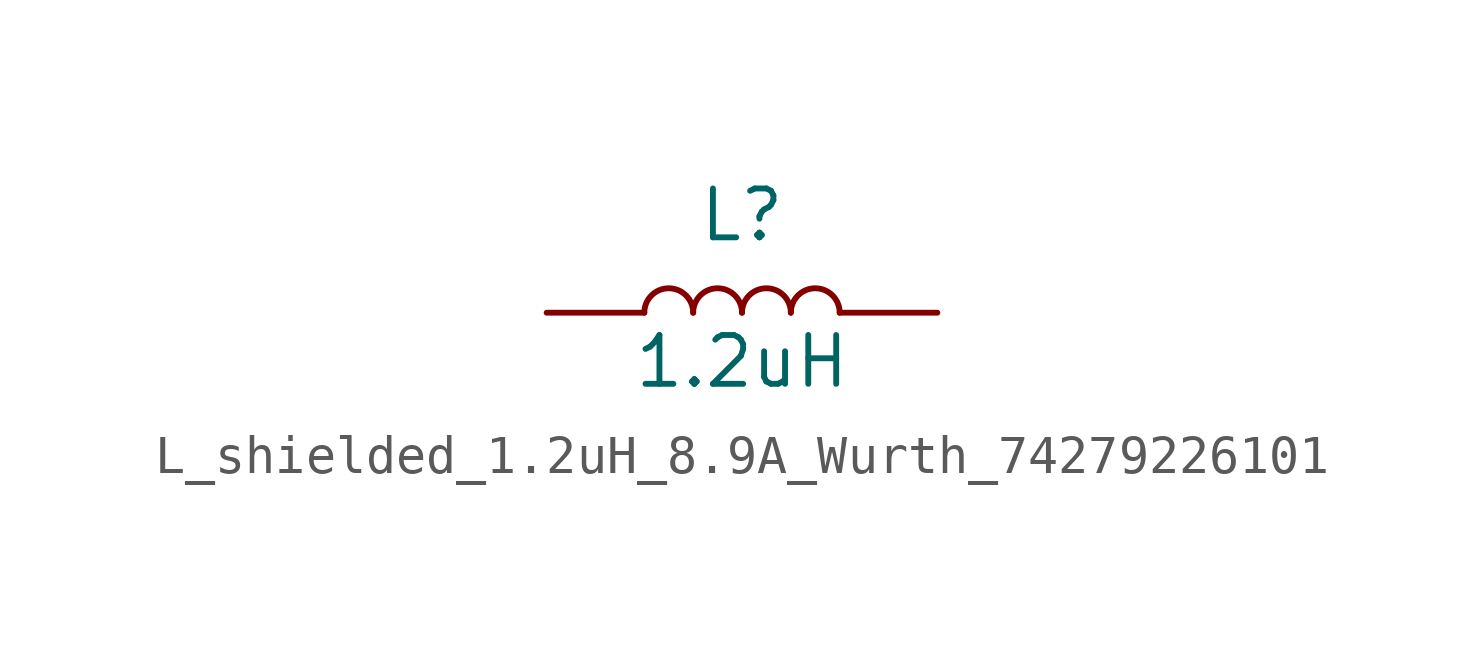
<source format=kicad_sym>
(kicad_symbol_lib
  (version 20220914)
  (generator kicad_symbol_editor)
  (symbol "L_shielded_1.2uH_8.9A_Wurth_74279226101"
    (pin_numbers hide)
    (pin_names
      (offset 1.016) hide)
    (property "Reference" "L"
      (at 0 2.54 0)
      (effects (font (size 1.27 1.27))))
    (property "Value" "1.2uH"
      (at 0 -1.27 0)
      (effects (font (size 1.27 1.27))))
    (symbol "L_shielded_1.2uH_8.9A_Wurth_74279226101_0_1"
      (arc (start -1.27 0) (mid -1.905 0.6323) (end -2.54 0) (stroke (width 0) (type solid)) (fill (type none)))
      (arc (start 0 0) (mid -0.635 0.6323) (end -1.27 0) (stroke (width 0) (type solid)) (fill (type none)))
      (arc (start 1.27 0) (mid 0.635 0.6323) (end 0 0) (stroke (width 0) (type solid)) (fill (type none)))
      (arc (start 2.54 0) (mid 1.905 0.6323) (end 1.27 0) (stroke (width 0) (type solid)) (fill (type none))))
    (symbol "L_shielded_1.2uH_8.9A_Wurth_74279226101_1_1"
      (pin passive line (at -5.08 0 0) (length 2.54) (name "1" (effects (font (size 1.27 1.27)))) (number "1" (effects (font (size 1.27 1.27)))))
      (pin passive line (at 5.08 0 180) (length 2.54) (name "2" (effects (font (size 1.27 1.27)))) (number "2" (effects (font (size 1.27 1.27))))))))
</source>
